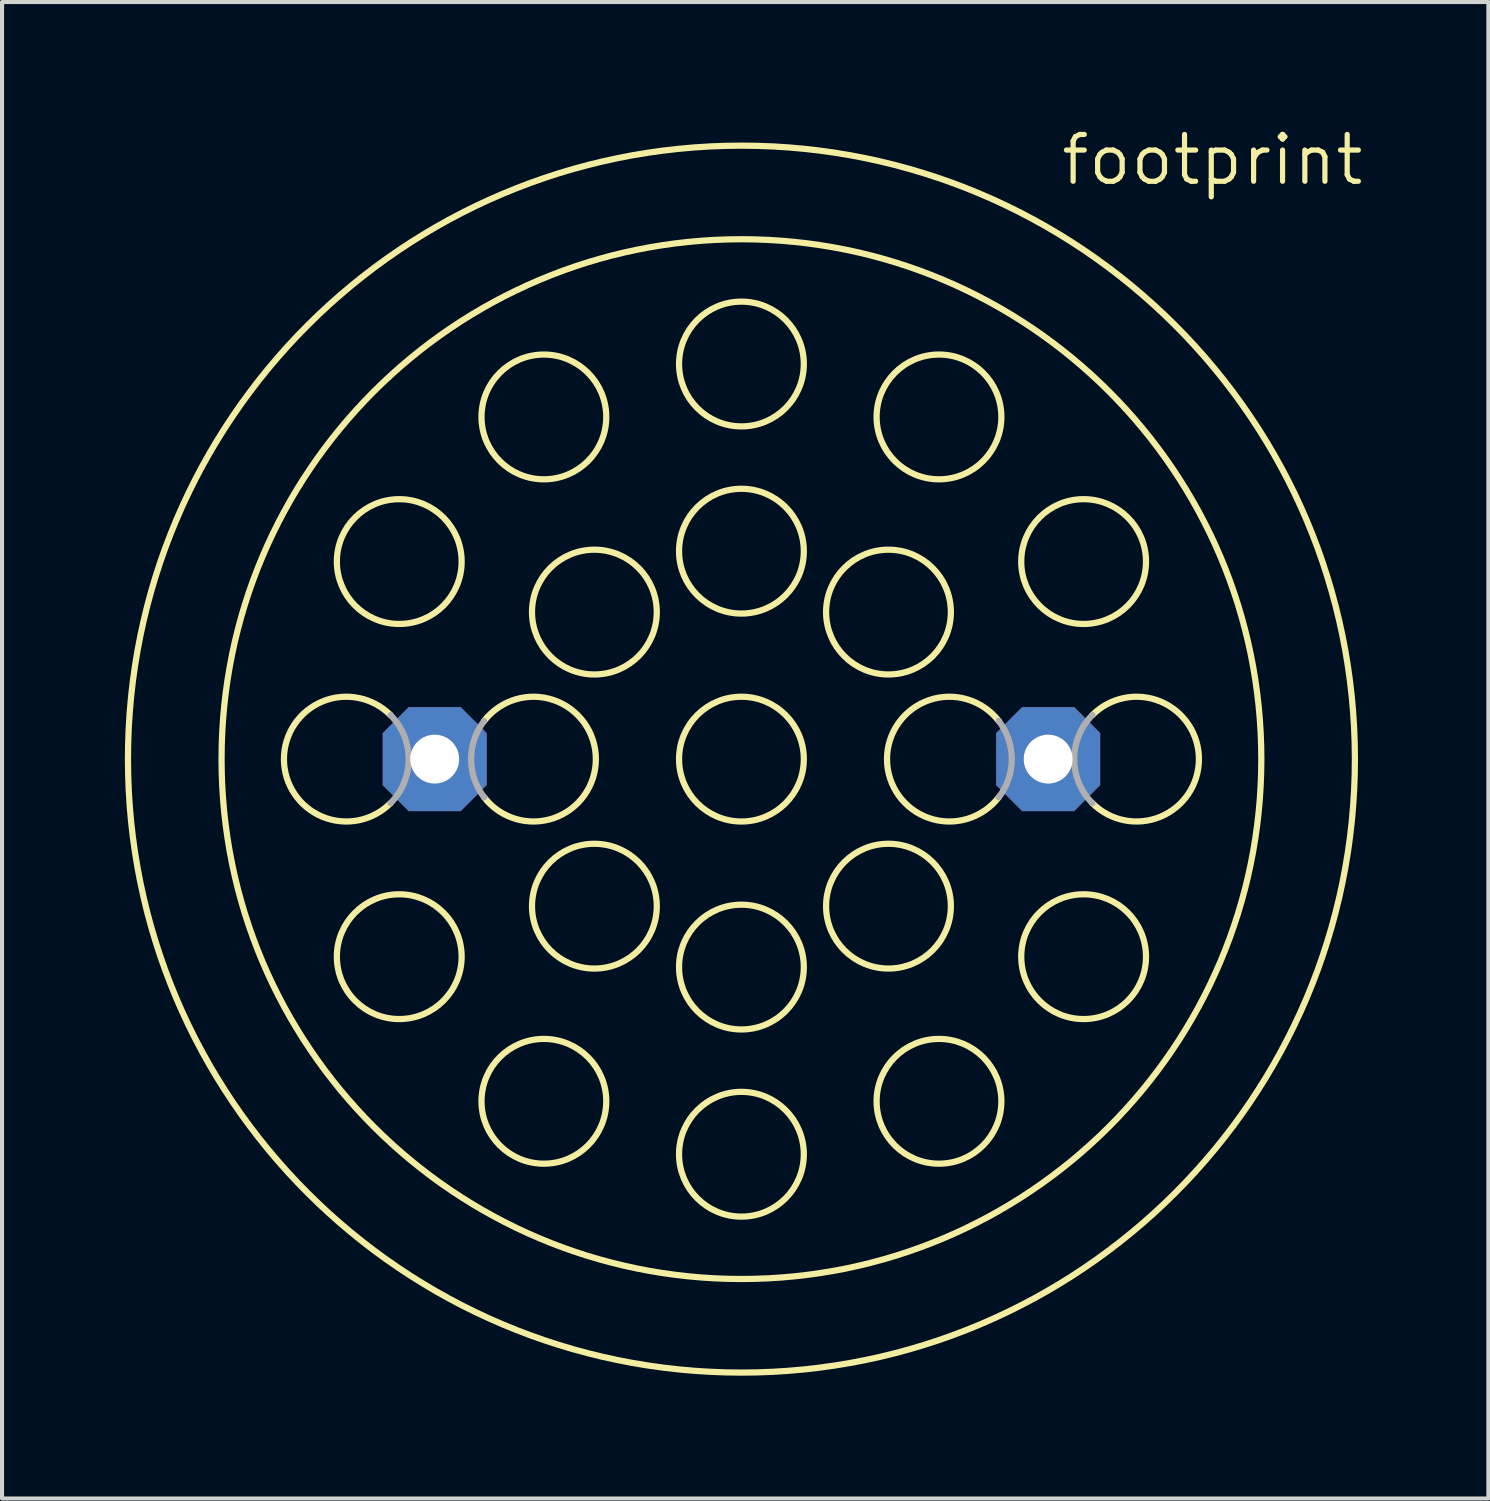
<source format=kicad_pcb>
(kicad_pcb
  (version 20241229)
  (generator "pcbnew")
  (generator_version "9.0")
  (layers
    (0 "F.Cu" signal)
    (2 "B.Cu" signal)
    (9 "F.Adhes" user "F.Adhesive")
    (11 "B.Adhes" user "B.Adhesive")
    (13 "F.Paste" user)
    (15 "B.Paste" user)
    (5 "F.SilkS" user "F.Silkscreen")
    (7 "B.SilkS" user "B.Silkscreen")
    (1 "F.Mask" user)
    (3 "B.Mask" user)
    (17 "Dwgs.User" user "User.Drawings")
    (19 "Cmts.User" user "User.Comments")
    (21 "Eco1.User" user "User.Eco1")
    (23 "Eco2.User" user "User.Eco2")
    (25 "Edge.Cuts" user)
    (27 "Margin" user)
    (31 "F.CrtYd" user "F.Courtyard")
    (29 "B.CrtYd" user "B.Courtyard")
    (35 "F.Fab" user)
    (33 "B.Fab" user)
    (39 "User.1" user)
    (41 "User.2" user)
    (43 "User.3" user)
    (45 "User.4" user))
  (footprint "footprint"
    (layer "F.Cu")
    (at 15.062 15.494)
    (property "Reference" "footprint" (at 7.747 -13.97 0) (layer "F.SilkS") (effects (font (size 1.143 1.143) (thickness 0.127)) (justify left bottom)))
    (fp_arc (start -8.5725 1.0758) (mid -11.176029 0) (end -8.5725 -1.0758) (stroke (width 0.1524) (type solid)) (layer "F.SilkS"))
    (fp_arc (start -6.286499 -0.931101) (mid -3.555994 0.000001) (end -6.2865 0.9311) (stroke (width 0.1524) (type solid)) (layer "F.SilkS"))
    (fp_arc (start 6.286499 0.931101) (mid 3.555994 -0.000001) (end 6.2865 -0.9311) (stroke (width 0.1524) (type solid)) (layer "F.SilkS"))
    (fp_arc (start 8.5725 -1.0758) (mid 11.176029 0) (end 8.5725 1.0758) (stroke (width 0.1524) (type solid)) (layer "F.SilkS"))
    (fp_circle (center -8.359 -4.826) (end -6.835 -4.826) (stroke (width 0.152) (type solid)) (fill no) (layer "F.SilkS"))
    (fp_circle (center -8.359 4.826) (end -6.835 4.826) (stroke (width 0.152) (type solid)) (fill no) (layer "F.SilkS"))
    (fp_circle (center -4.826 -8.359) (end -3.302 -8.359) (stroke (width 0.152) (type solid)) (fill no) (layer "F.SilkS"))
    (fp_circle (center -4.826 8.359) (end -3.302 8.359) (stroke (width 0.152) (type solid)) (fill no) (layer "F.SilkS"))
    (fp_circle (center -3.592 -3.592) (end -2.068 -3.592) (stroke (width 0.152) (type solid)) (fill no) (layer "F.SilkS"))
    (fp_circle (center -3.592 3.592) (end -2.068 3.592) (stroke (width 0.152) (type solid)) (fill no) (layer "F.SilkS"))
    (fp_circle (center 0 -9.652) (end 1.524 -9.652) (stroke (width 0.152) (type solid)) (fill no) (layer "F.SilkS"))
    (fp_circle (center 0 -5.08) (end 1.524 -5.08) (stroke (width 0.152) (type solid)) (fill no) (layer "F.SilkS"))
    (fp_circle (center 0 0) (end 1.524 0) (stroke (width 0.152) (type solid)) (fill no) (layer "F.SilkS"))
    (fp_circle (center 0 0) (end 12.7 0) (stroke (width 0.152) (type solid)) (fill no) (layer "F.SilkS"))
    (fp_circle (center 0 0) (end 14.986 0) (stroke (width 0.152) (type solid)) (fill no) (layer "F.SilkS"))
    (fp_circle (center 0 5.08) (end 1.524 5.08) (stroke (width 0.152) (type solid)) (fill no) (layer "F.SilkS"))
    (fp_circle (center 0 9.652) (end 1.524 9.652) (stroke (width 0.152) (type solid)) (fill no) (layer "F.SilkS"))
    (fp_circle (center 3.592 -3.592) (end 5.116 -3.592) (stroke (width 0.152) (type solid)) (fill no) (layer "F.SilkS"))
    (fp_circle (center 3.592 3.592) (end 5.116 3.592) (stroke (width 0.152) (type solid)) (fill no) (layer "F.SilkS"))
    (fp_circle (center 4.826 -8.359) (end 6.35 -8.359) (stroke (width 0.152) (type solid)) (fill no) (layer "F.SilkS"))
    (fp_circle (center 4.826 8.359) (end 6.35 8.359) (stroke (width 0.152) (type solid)) (fill no) (layer "F.SilkS"))
    (fp_circle (center 8.359 -4.826) (end 9.883 -4.826) (stroke (width 0.152) (type solid)) (fill no) (layer "F.SilkS"))
    (fp_circle (center 8.359 4.826) (end 9.883 4.826) (stroke (width 0.152) (type solid)) (fill no) (layer "F.SilkS"))
    (fp_arc (start -8.5725 -1.0758) (mid -8.127971 0) (end -8.5725 1.0758) (stroke (width 0.1524) (type solid)) (layer "F.Fab"))
    (fp_arc (start -6.286499 0.931101) (mid -6.604004 0.000001) (end -6.2865 -0.9311) (stroke (width 0.1524) (type solid)) (layer "F.Fab"))
    (fp_arc (start 6.286499 -0.931101) (mid 6.604004 -0.000001) (end 6.2865 0.9311) (stroke (width 0.1524) (type solid)) (layer "F.Fab"))
    (fp_arc (start 8.5725 1.0758) (mid 8.127971 0) (end 8.5725 -1.0758) (stroke (width 0.1524) (type solid)) (layer "F.Fab"))
    (pad "1" thru_hole roundrect (at -7.493 0) (size 2.54 2.54) (drill 1.194) (layers "*.Cu" "*.Mask") (roundrect_rratio 0.25) (chamfer_ratio 0.25) (chamfer top_left top_right bottom_left bottom_right))
    (pad "2" thru_hole roundrect (at 7.493 0) (size 2.54 2.54) (drill 1.194) (layers "*.Cu" "*.Mask") (roundrect_rratio 0.25) (chamfer_ratio 0.25) (chamfer top_left top_right bottom_left bottom_right)))
  (gr_rect
    (start -3 -3)
    (end 33.309 33.556)
    (stroke (width 0.1) (type default))
    (fill no)
    (layer "Edge.Cuts")))
</source>
